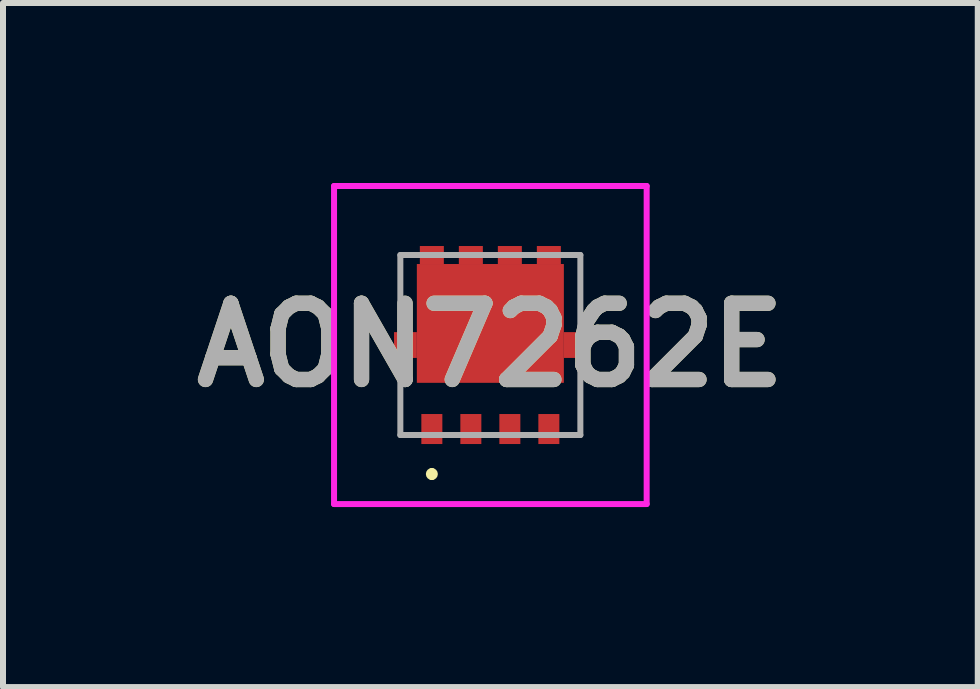
<source format=kicad_pcb>
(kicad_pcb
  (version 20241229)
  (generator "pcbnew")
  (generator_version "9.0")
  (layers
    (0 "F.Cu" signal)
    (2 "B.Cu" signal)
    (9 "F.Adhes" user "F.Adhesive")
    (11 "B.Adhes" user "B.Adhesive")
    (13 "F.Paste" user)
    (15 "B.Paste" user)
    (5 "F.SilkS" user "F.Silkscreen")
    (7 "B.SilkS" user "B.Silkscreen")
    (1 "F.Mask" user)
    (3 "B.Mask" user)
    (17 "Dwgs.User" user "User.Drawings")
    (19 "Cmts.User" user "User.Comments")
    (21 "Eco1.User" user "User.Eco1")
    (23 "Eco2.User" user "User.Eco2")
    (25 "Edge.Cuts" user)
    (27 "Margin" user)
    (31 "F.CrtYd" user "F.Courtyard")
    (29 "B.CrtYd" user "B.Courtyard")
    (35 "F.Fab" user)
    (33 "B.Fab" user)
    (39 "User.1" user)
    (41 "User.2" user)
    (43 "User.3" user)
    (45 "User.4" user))
  (footprint "AON7262E"
    (layer "F.Cu")
    (at 5.122 2.7)
    (property "Reference" "AON7262E" (at 0 0 0) (layer "F.SilkS") (effects (font (size 1.27 1.27) (thickness 0.254))))
    (attr smd)
    (fp_line (start -0.975 2.1) (end -0.975 2.1) (stroke (width 0.1) (type solid)) (layer "F.SilkS"))
    (fp_line (start -0.975 2.2) (end -0.975 2.2) (stroke (width 0.1) (type solid)) (layer "F.SilkS"))
    (fp_arc (start -0.975 2.1) (mid -0.925 2.15) (end -0.975 2.2) (stroke (width 0.1) (type solid)) (layer "F.SilkS"))
    (fp_arc (start -0.975 2.2) (mid -1.025 2.15) (end -0.975 2.1) (stroke (width 0.1) (type solid)) (layer "F.SilkS"))
    (fp_line (start -2.605 -2.65) (end 2.605 -2.65) (stroke (width 0.1) (type solid)) (layer "F.CrtYd"))
    (fp_line (start -2.605 2.65) (end -2.605 -2.65) (stroke (width 0.1) (type solid)) (layer "F.CrtYd"))
    (fp_line (start 2.605 -2.65) (end 2.605 2.65) (stroke (width 0.1) (type solid)) (layer "F.CrtYd"))
    (fp_line (start 2.605 2.65) (end -2.605 2.65) (stroke (width 0.1) (type solid)) (layer "F.CrtYd"))
    (fp_line (start -1.5 -1.5) (end 1.5 -1.5) (stroke (width 0.1) (type solid)) (layer "F.Fab"))
    (fp_line (start -1.5 1.5) (end -1.5 -1.5) (stroke (width 0.1) (type solid)) (layer "F.Fab"))
    (fp_line (start 1.5 -1.5) (end 1.5 1.5) (stroke (width 0.1) (type solid)) (layer "F.Fab"))
    (fp_line (start 1.5 1.5) (end -1.5 1.5) (stroke (width 0.1) (type solid)) (layer "F.Fab"))
    (fp_text user "${REFERENCE}" (at 0 0 0) (layer "F.Fab") (effects (font (size 1.27 1.27) (thickness 0.254))))
    (pad "1" smd rect (at -0.975 1.4) (size 0.35 0.5) (layers "F.Cu" "F.Mask" "F.Paste"))
    (pad "2" smd rect (at -0.325 1.4) (size 0.35 0.5) (layers "F.Cu" "F.Mask" "F.Paste"))
    (pad "3" smd rect (at 0.325 1.4) (size 0.35 0.5) (layers "F.Cu" "F.Mask" "F.Paste"))
    (pad "4" smd rect (at 0.975 1.4) (size 0.35 0.5) (layers "F.Cu" "F.Mask" "F.Paste"))
    (pad "5" smd rect (at 0.975 -1.5 90) (size 0.3 0.4) (layers "F.Cu" "F.Mask" "F.Paste"))
    (pad "6" smd rect (at 0.325 -1.5 90) (size 0.3 0.4) (layers "F.Cu" "F.Mask" "F.Paste"))
    (pad "7" smd rect (at -0.325 -1.5 90) (size 0.3 0.4) (layers "F.Cu" "F.Mask" "F.Paste"))
    (pad "8" smd rect (at -0.975 -1.5 90) (size 0.3 0.4) (layers "F.Cu" "F.Mask" "F.Paste"))
    (pad "9" smd rect (at 0 -0.36 90) (size 1.98 2.45) (layers "F.Cu" "F.Mask" "F.Paste"))
    (pad "10" smd rect (at 1.415 0) (size 0.38 0.43) (layers "F.Cu" "F.Mask" "F.Paste"))
    (pad "11" smd rect (at -1.415 0) (size 0.38 0.43) (layers "F.Cu" "F.Mask" "F.Paste")))
  (gr_rect
    (start -3 -3)
    (end 13.245 8.4)
    (stroke (width 0.1) (type default))
    (fill no)
    (layer "Edge.Cuts")))
</source>
